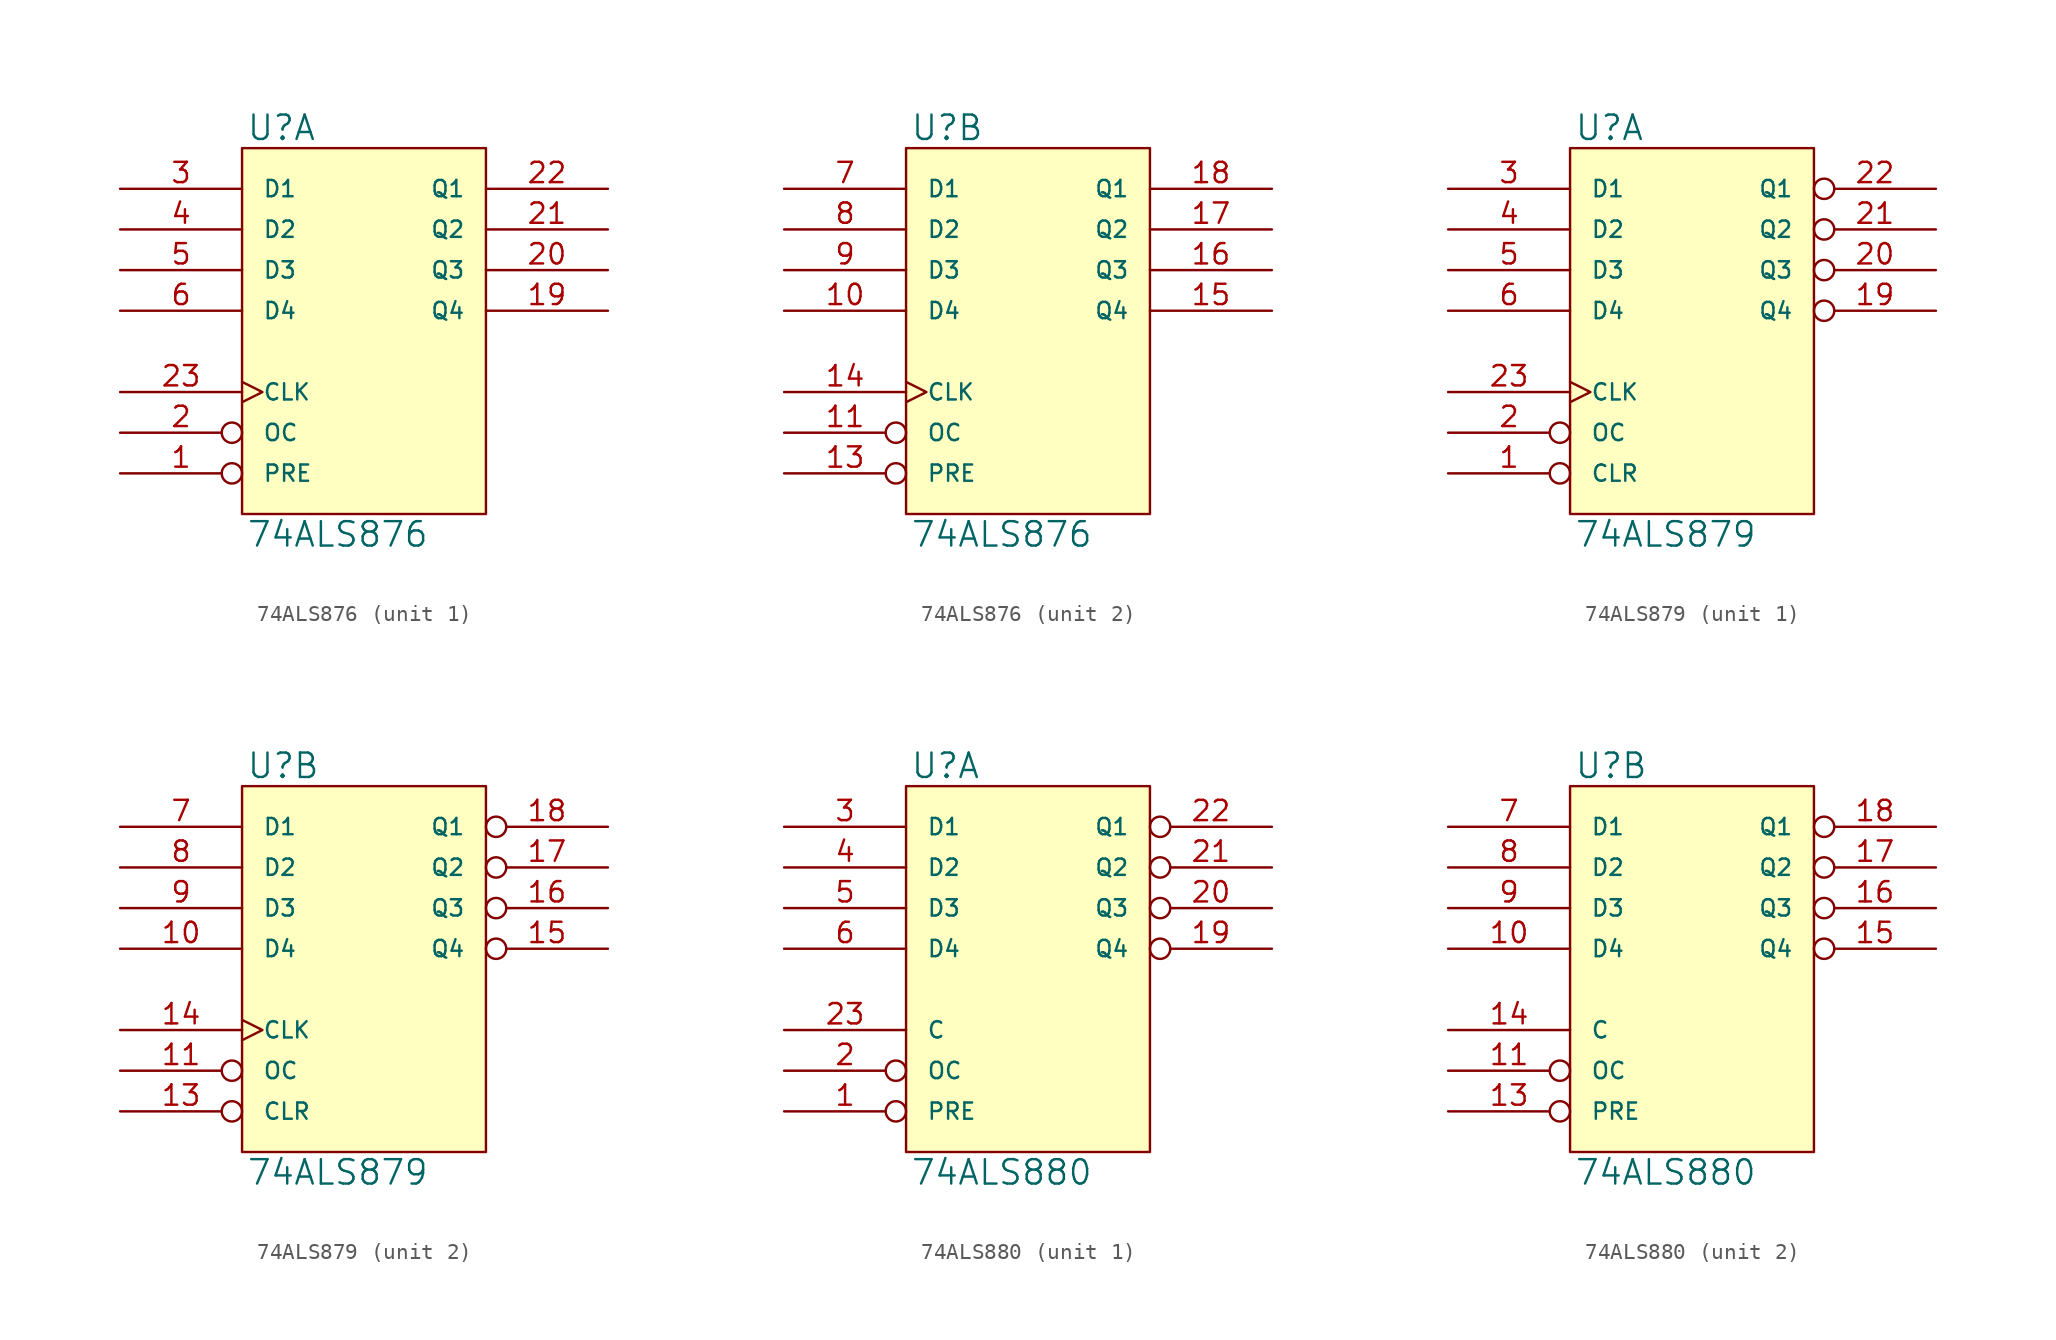
<source format=kicad_sym>
(kicad_symbol_lib
  (version 20231120)
  (generator "kicad_symbol_editor")
  (generator_version "8.0")
  (symbol "74ALS876"
    (pin_names
      (offset 1.27))
    (property "Reference" "U"
      (at 0.254 0.381 0)
      (effects (font (size 1.524 1.524)) (justify left bottom)))
    (property "Value" "74ALS876"
      (at 0.254 -23.241 0)
      (effects (font (size 1.524 1.524)) (justify left top)))
    (symbol "74ALS876_0_1"
      (rectangle (start 0 0) (end 15.24 -22.86) (stroke (width 0) (type solid)) (fill (type background))))
    (symbol "74ALS876_1_1"
      (pin input inverted (at -7.62 -20.32 0) (length 7.62) (name "PRE" (effects (font (size 1.016 1.016)))) (number "1" (effects (font (size 1.27 1.27)))))
      (pin power_in line (at 0 -22.86 90) (length 0) hide (name "GND" (effects (font (size 1.016 1.016)))) (number "12" (effects (font (size 1.27 1.27)))))
      (pin tri_state line (at 22.86 -10.16 180) (length 7.62) (name "Q4" (effects (font (size 1.016 1.016)))) (number "19" (effects (font (size 1.27 1.27)))))
      (pin input inverted (at -7.62 -17.78 0) (length 7.62) (name "OC" (effects (font (size 1.016 1.016)))) (number "2" (effects (font (size 1.27 1.27)))))
      (pin tri_state line (at 22.86 -7.62 180) (length 7.62) (name "Q3" (effects (font (size 1.016 1.016)))) (number "20" (effects (font (size 1.27 1.27)))))
      (pin tri_state line (at 22.86 -5.08 180) (length 7.62) (name "Q2" (effects (font (size 1.016 1.016)))) (number "21" (effects (font (size 1.27 1.27)))))
      (pin tri_state line (at 22.86 -2.54 180) (length 7.62) (name "Q1" (effects (font (size 1.016 1.016)))) (number "22" (effects (font (size 1.27 1.27)))))
      (pin input clock (at -7.62 -15.24 0) (length 7.62) (name "CLK" (effects (font (size 1.016 1.016)))) (number "23" (effects (font (size 1.27 1.27)))))
      (pin power_in line (at 0 0 270) (length 0) hide (name "VCC" (effects (font (size 1.016 1.016)))) (number "24" (effects (font (size 1.27 1.27)))))
      (pin input line (at -7.62 -2.54 0) (length 7.62) (name "D1" (effects (font (size 1.016 1.016)))) (number "3" (effects (font (size 1.27 1.27)))))
      (pin input line (at -7.62 -5.08 0) (length 7.62) (name "D2" (effects (font (size 1.016 1.016)))) (number "4" (effects (font (size 1.27 1.27)))))
      (pin input line (at -7.62 -7.62 0) (length 7.62) (name "D3" (effects (font (size 1.016 1.016)))) (number "5" (effects (font (size 1.27 1.27)))))
      (pin input line (at -7.62 -10.16 0) (length 7.62) (name "D4" (effects (font (size 1.016 1.016)))) (number "6" (effects (font (size 1.27 1.27))))))
    (symbol "74ALS876_2_1"
      (pin input line (at -7.62 -10.16 0) (length 7.62) (name "D4" (effects (font (size 1.016 1.016)))) (number "10" (effects (font (size 1.27 1.27)))))
      (pin input inverted (at -7.62 -17.78 0) (length 7.62) (name "OC" (effects (font (size 1.016 1.016)))) (number "11" (effects (font (size 1.27 1.27)))))
      (pin power_in line (at 0 -22.86 90) (length 0) hide (name "GND" (effects (font (size 1.016 1.016)))) (number "12" (effects (font (size 1.27 1.27)))))
      (pin input inverted (at -7.62 -20.32 0) (length 7.62) (name "PRE" (effects (font (size 1.016 1.016)))) (number "13" (effects (font (size 1.27 1.27)))))
      (pin input clock (at -7.62 -15.24 0) (length 7.62) (name "CLK" (effects (font (size 1.016 1.016)))) (number "14" (effects (font (size 1.27 1.27)))))
      (pin tri_state line (at 22.86 -10.16 180) (length 7.62) (name "Q4" (effects (font (size 1.016 1.016)))) (number "15" (effects (font (size 1.27 1.27)))))
      (pin tri_state line (at 22.86 -7.62 180) (length 7.62) (name "Q3" (effects (font (size 1.016 1.016)))) (number "16" (effects (font (size 1.27 1.27)))))
      (pin tri_state line (at 22.86 -5.08 180) (length 7.62) (name "Q2" (effects (font (size 1.016 1.016)))) (number "17" (effects (font (size 1.27 1.27)))))
      (pin tri_state line (at 22.86 -2.54 180) (length 7.62) (name "Q1" (effects (font (size 1.016 1.016)))) (number "18" (effects (font (size 1.27 1.27)))))
      (pin power_in line (at 0 0 270) (length 0) hide (name "VCC" (effects (font (size 1.016 1.016)))) (number "24" (effects (font (size 1.27 1.27)))))
      (pin input line (at -7.62 -2.54 0) (length 7.62) (name "D1" (effects (font (size 1.016 1.016)))) (number "7" (effects (font (size 1.27 1.27)))))
      (pin input line (at -7.62 -5.08 0) (length 7.62) (name "D2" (effects (font (size 1.016 1.016)))) (number "8" (effects (font (size 1.27 1.27)))))
      (pin input line (at -7.62 -7.62 0) (length 7.62) (name "D3" (effects (font (size 1.016 1.016)))) (number "9" (effects (font (size 1.27 1.27)))))))
  (symbol "74ALS879"
    (pin_names
      (offset 1.27))
    (property "Reference" "U"
      (at 0.254 0.381 0)
      (effects (font (size 1.524 1.524)) (justify left bottom)))
    (property "Value" "74ALS879"
      (at 0.254 -23.241 0)
      (effects (font (size 1.524 1.524)) (justify left top)))
    (symbol "74ALS879_0_1"
      (rectangle (start 0 0) (end 15.24 -22.86) (stroke (width 0) (type solid)) (fill (type background))))
    (symbol "74ALS879_1_1"
      (pin input inverted (at -7.62 -20.32 0) (length 7.62) (name "CLR" (effects (font (size 1.016 1.016)))) (number "1" (effects (font (size 1.27 1.27)))))
      (pin power_in line (at 0 -22.86 90) (length 0) hide (name "GND" (effects (font (size 1.016 1.016)))) (number "12" (effects (font (size 1.27 1.27)))))
      (pin tri_state inverted (at 22.86 -10.16 180) (length 7.62) (name "Q4" (effects (font (size 1.016 1.016)))) (number "19" (effects (font (size 1.27 1.27)))))
      (pin input inverted (at -7.62 -17.78 0) (length 7.62) (name "OC" (effects (font (size 1.016 1.016)))) (number "2" (effects (font (size 1.27 1.27)))))
      (pin tri_state inverted (at 22.86 -7.62 180) (length 7.62) (name "Q3" (effects (font (size 1.016 1.016)))) (number "20" (effects (font (size 1.27 1.27)))))
      (pin tri_state inverted (at 22.86 -5.08 180) (length 7.62) (name "Q2" (effects (font (size 1.016 1.016)))) (number "21" (effects (font (size 1.27 1.27)))))
      (pin tri_state inverted (at 22.86 -2.54 180) (length 7.62) (name "Q1" (effects (font (size 1.016 1.016)))) (number "22" (effects (font (size 1.27 1.27)))))
      (pin input clock (at -7.62 -15.24 0) (length 7.62) (name "CLK" (effects (font (size 1.016 1.016)))) (number "23" (effects (font (size 1.27 1.27)))))
      (pin power_in line (at 0 0 270) (length 0) hide (name "VCC" (effects (font (size 1.016 1.016)))) (number "24" (effects (font (size 1.27 1.27)))))
      (pin input line (at -7.62 -2.54 0) (length 7.62) (name "D1" (effects (font (size 1.016 1.016)))) (number "3" (effects (font (size 1.27 1.27)))))
      (pin input line (at -7.62 -5.08 0) (length 7.62) (name "D2" (effects (font (size 1.016 1.016)))) (number "4" (effects (font (size 1.27 1.27)))))
      (pin input line (at -7.62 -7.62 0) (length 7.62) (name "D3" (effects (font (size 1.016 1.016)))) (number "5" (effects (font (size 1.27 1.27)))))
      (pin input line (at -7.62 -10.16 0) (length 7.62) (name "D4" (effects (font (size 1.016 1.016)))) (number "6" (effects (font (size 1.27 1.27))))))
    (symbol "74ALS879_2_1"
      (pin input line (at -7.62 -10.16 0) (length 7.62) (name "D4" (effects (font (size 1.016 1.016)))) (number "10" (effects (font (size 1.27 1.27)))))
      (pin input inverted (at -7.62 -17.78 0) (length 7.62) (name "OC" (effects (font (size 1.016 1.016)))) (number "11" (effects (font (size 1.27 1.27)))))
      (pin power_in line (at 0 -22.86 90) (length 0) hide (name "GND" (effects (font (size 1.016 1.016)))) (number "12" (effects (font (size 1.27 1.27)))))
      (pin input inverted (at -7.62 -20.32 0) (length 7.62) (name "CLR" (effects (font (size 1.016 1.016)))) (number "13" (effects (font (size 1.27 1.27)))))
      (pin input clock (at -7.62 -15.24 0) (length 7.62) (name "CLK" (effects (font (size 1.016 1.016)))) (number "14" (effects (font (size 1.27 1.27)))))
      (pin tri_state inverted (at 22.86 -10.16 180) (length 7.62) (name "Q4" (effects (font (size 1.016 1.016)))) (number "15" (effects (font (size 1.27 1.27)))))
      (pin tri_state inverted (at 22.86 -7.62 180) (length 7.62) (name "Q3" (effects (font (size 1.016 1.016)))) (number "16" (effects (font (size 1.27 1.27)))))
      (pin tri_state inverted (at 22.86 -5.08 180) (length 7.62) (name "Q2" (effects (font (size 1.016 1.016)))) (number "17" (effects (font (size 1.27 1.27)))))
      (pin tri_state inverted (at 22.86 -2.54 180) (length 7.62) (name "Q1" (effects (font (size 1.016 1.016)))) (number "18" (effects (font (size 1.27 1.27)))))
      (pin power_in line (at 0 0 270) (length 0) hide (name "VCC" (effects (font (size 1.016 1.016)))) (number "24" (effects (font (size 1.27 1.27)))))
      (pin input line (at -7.62 -2.54 0) (length 7.62) (name "D1" (effects (font (size 1.016 1.016)))) (number "7" (effects (font (size 1.27 1.27)))))
      (pin input line (at -7.62 -5.08 0) (length 7.62) (name "D2" (effects (font (size 1.016 1.016)))) (number "8" (effects (font (size 1.27 1.27)))))
      (pin input line (at -7.62 -7.62 0) (length 7.62) (name "D3" (effects (font (size 1.016 1.016)))) (number "9" (effects (font (size 1.27 1.27)))))))
  (symbol "74ALS880"
    (pin_names
      (offset 1.27))
    (property "Reference" "U"
      (at 0.254 0.381 0)
      (effects (font (size 1.524 1.524)) (justify left bottom)))
    (property "Value" "74ALS880"
      (at 0.254 -23.241 0)
      (effects (font (size 1.524 1.524)) (justify left top)))
    (symbol "74ALS880_0_1"
      (rectangle (start 0 0) (end 15.24 -22.86) (stroke (width 0) (type solid)) (fill (type background))))
    (symbol "74ALS880_1_1"
      (pin input inverted (at -7.62 -20.32 0) (length 7.62) (name "PRE" (effects (font (size 1.016 1.016)))) (number "1" (effects (font (size 1.27 1.27)))))
      (pin power_in line (at 0 -22.86 90) (length 0) hide (name "GND" (effects (font (size 1.016 1.016)))) (number "12" (effects (font (size 1.27 1.27)))))
      (pin tri_state inverted (at 22.86 -10.16 180) (length 7.62) (name "Q4" (effects (font (size 1.016 1.016)))) (number "19" (effects (font (size 1.27 1.27)))))
      (pin input inverted (at -7.62 -17.78 0) (length 7.62) (name "OC" (effects (font (size 1.016 1.016)))) (number "2" (effects (font (size 1.27 1.27)))))
      (pin tri_state inverted (at 22.86 -7.62 180) (length 7.62) (name "Q3" (effects (font (size 1.016 1.016)))) (number "20" (effects (font (size 1.27 1.27)))))
      (pin tri_state inverted (at 22.86 -5.08 180) (length 7.62) (name "Q2" (effects (font (size 1.016 1.016)))) (number "21" (effects (font (size 1.27 1.27)))))
      (pin tri_state inverted (at 22.86 -2.54 180) (length 7.62) (name "Q1" (effects (font (size 1.016 1.016)))) (number "22" (effects (font (size 1.27 1.27)))))
      (pin input line (at -7.62 -15.24 0) (length 7.62) (name "C" (effects (font (size 1.016 1.016)))) (number "23" (effects (font (size 1.27 1.27)))))
      (pin power_in line (at 0 0 270) (length 0) hide (name "VCC" (effects (font (size 1.016 1.016)))) (number "24" (effects (font (size 1.27 1.27)))))
      (pin input line (at -7.62 -2.54 0) (length 7.62) (name "D1" (effects (font (size 1.016 1.016)))) (number "3" (effects (font (size 1.27 1.27)))))
      (pin input line (at -7.62 -5.08 0) (length 7.62) (name "D2" (effects (font (size 1.016 1.016)))) (number "4" (effects (font (size 1.27 1.27)))))
      (pin input line (at -7.62 -7.62 0) (length 7.62) (name "D3" (effects (font (size 1.016 1.016)))) (number "5" (effects (font (size 1.27 1.27)))))
      (pin input line (at -7.62 -10.16 0) (length 7.62) (name "D4" (effects (font (size 1.016 1.016)))) (number "6" (effects (font (size 1.27 1.27))))))
    (symbol "74ALS880_2_1"
      (pin input line (at -7.62 -10.16 0) (length 7.62) (name "D4" (effects (font (size 1.016 1.016)))) (number "10" (effects (font (size 1.27 1.27)))))
      (pin input inverted (at -7.62 -17.78 0) (length 7.62) (name "OC" (effects (font (size 1.016 1.016)))) (number "11" (effects (font (size 1.27 1.27)))))
      (pin power_in line (at 0 -22.86 90) (length 0) hide (name "GND" (effects (font (size 1.016 1.016)))) (number "12" (effects (font (size 1.27 1.27)))))
      (pin input inverted (at -7.62 -20.32 0) (length 7.62) (name "PRE" (effects (font (size 1.016 1.016)))) (number "13" (effects (font (size 1.27 1.27)))))
      (pin input line (at -7.62 -15.24 0) (length 7.62) (name "C" (effects (font (size 1.016 1.016)))) (number "14" (effects (font (size 1.27 1.27)))))
      (pin tri_state inverted (at 22.86 -10.16 180) (length 7.62) (name "Q4" (effects (font (size 1.016 1.016)))) (number "15" (effects (font (size 1.27 1.27)))))
      (pin tri_state inverted (at 22.86 -7.62 180) (length 7.62) (name "Q3" (effects (font (size 1.016 1.016)))) (number "16" (effects (font (size 1.27 1.27)))))
      (pin tri_state inverted (at 22.86 -5.08 180) (length 7.62) (name "Q2" (effects (font (size 1.016 1.016)))) (number "17" (effects (font (size 1.27 1.27)))))
      (pin tri_state inverted (at 22.86 -2.54 180) (length 7.62) (name "Q1" (effects (font (size 1.016 1.016)))) (number "18" (effects (font (size 1.27 1.27)))))
      (pin power_in line (at 0 0 270) (length 0) hide (name "VCC" (effects (font (size 1.016 1.016)))) (number "24" (effects (font (size 1.27 1.27)))))
      (pin input line (at -7.62 -2.54 0) (length 7.62) (name "D1" (effects (font (size 1.016 1.016)))) (number "7" (effects (font (size 1.27 1.27)))))
      (pin input line (at -7.62 -5.08 0) (length 7.62) (name "D2" (effects (font (size 1.016 1.016)))) (number "8" (effects (font (size 1.27 1.27)))))
      (pin input line (at -7.62 -7.62 0) (length 7.62) (name "D3" (effects (font (size 1.016 1.016)))) (number "9" (effects (font (size 1.27 1.27))))))))
</source>
